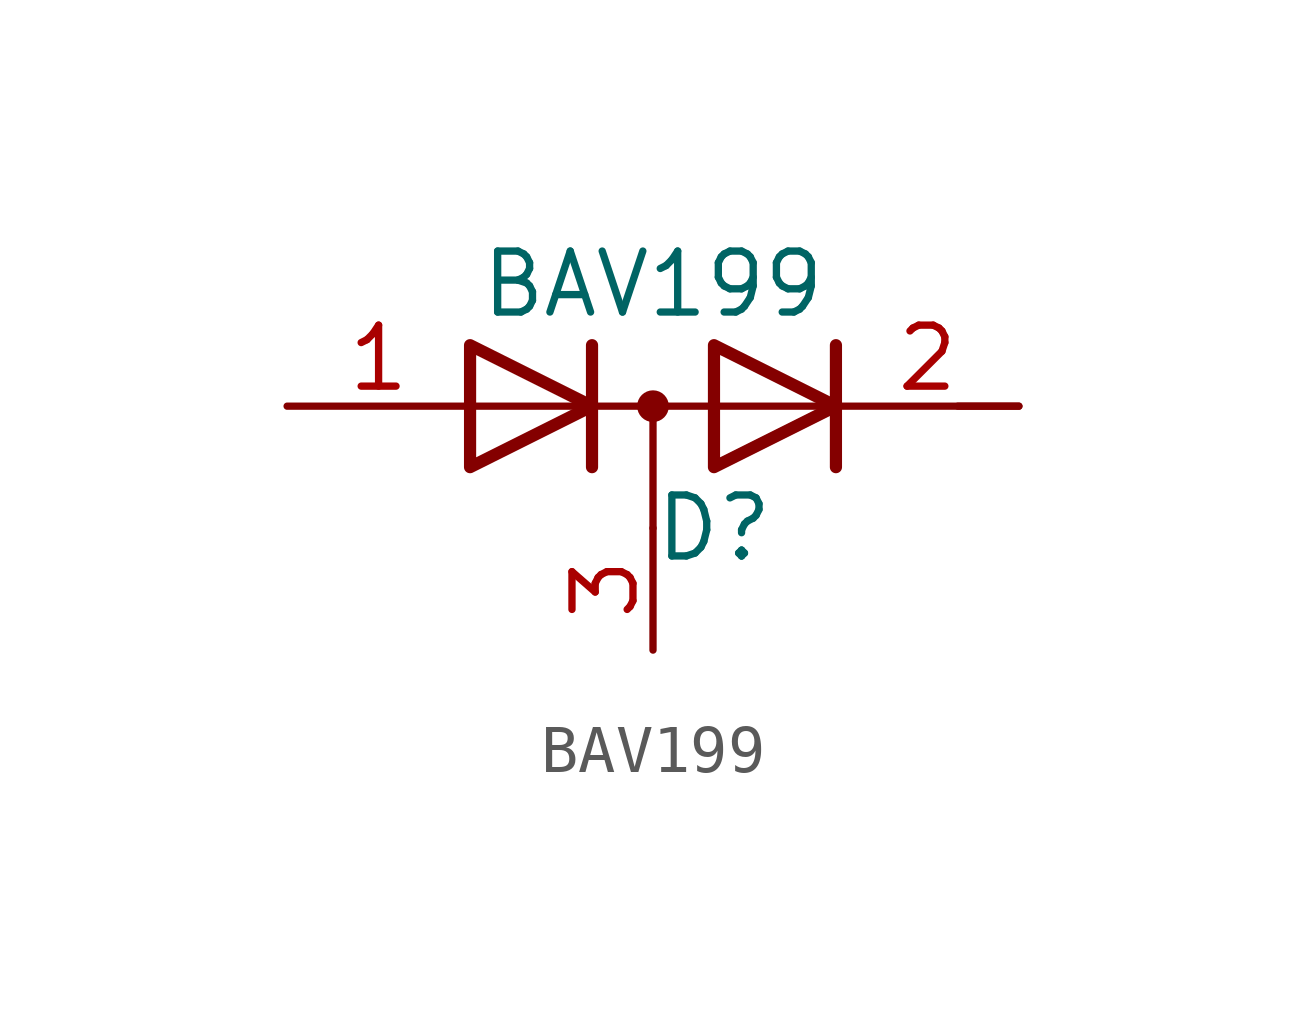
<source format=kicad_sym>
(kicad_symbol_lib
  (version 20211014)
  (generator kicad_symbol_editor)
  (symbol "BAV199"
    (pin_names
      (offset 0.762) hide)
    (property "Reference" "D"
      (at 1.27 -2.54 0)
      (effects (font (size 1.27 1.27))))
    (property "Value" "BAV199"
      (at 0 2.54 0)
      (effects (font (size 1.27 1.27))))
    (symbol "BAV199_0_1"
      (polyline (pts (xy -3.81 0) (xy 3.81 0)) (stroke (width 0) (type default) (color 0 0 0 0)) (fill (type none)))
      (polyline (pts (xy 0 0) (xy 0 -2.54)) (stroke (width 0) (type default) (color 0 0 0 0)) (fill (type none)))
      (polyline (pts (xy 6.35 0) (xy 7.62 0)) (stroke (width 0) (type default) (color 0 0 0 0)) (fill (type none)))
      (polyline (pts (xy -1.27 -1.27) (xy -1.27 1.27) (xy -1.27 1.27)) (stroke (width 0.254) (type default) (color 0 0 0 0)) (fill (type none)))
      (polyline (pts (xy 3.81 1.27) (xy 3.81 -1.27) (xy 3.81 -1.27)) (stroke (width 0.254) (type default) (color 0 0 0 0)) (fill (type none)))
      (polyline (pts (xy -3.81 1.27) (xy -1.27 0) (xy -3.81 -1.27) (xy -3.81 1.27) (xy -3.81 1.27) (xy -3.81 1.27)) (stroke (width 0.254) (type default) (color 0 0 0 0)) (fill (type none)))
      (polyline (pts (xy 1.27 1.27) (xy 3.81 0) (xy 1.27 -1.27) (xy 1.27 1.27) (xy 1.27 1.27) (xy 1.27 1.27)) (stroke (width 0.254) (type default) (color 0 0 0 0)) (fill (type none)))
      (circle (center 0 0) (radius 0.254) (stroke (width 0) (type default) (color 0 0 0 0)) (fill (type outline)))
      (pin passive line (at -7.62 0 0) (length 3.81) (name "A" (effects (font (size 1.27 1.27)))) (number "1" (effects (font (size 1.27 1.27)))))
      (pin passive line (at 7.62 0 180) (length 3.81) (name "K" (effects (font (size 1.27 1.27)))) (number "2" (effects (font (size 1.27 1.27)))))
      (pin passive line (at 0 -5.08 90) (length 2.54) (name "common" (effects (font (size 1.27 1.27)))) (number "3" (effects (font (size 1.27 1.27))))))))
</source>
